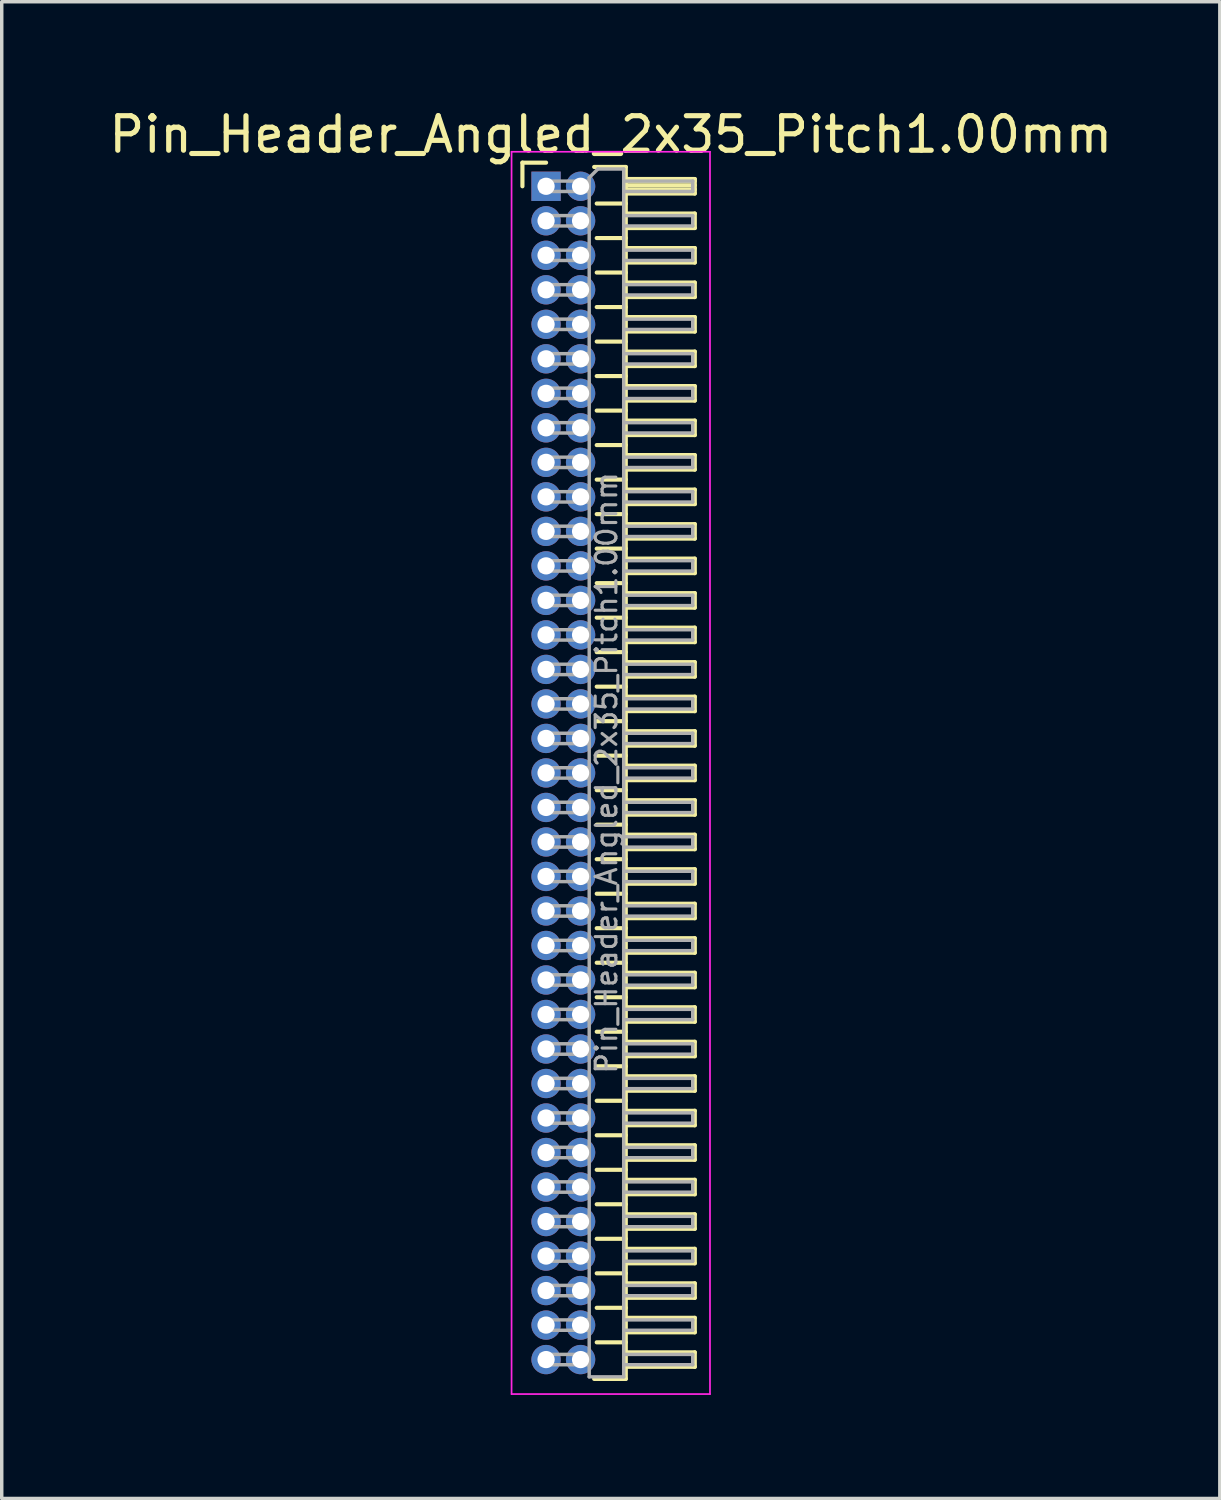
<source format=kicad_pcb>
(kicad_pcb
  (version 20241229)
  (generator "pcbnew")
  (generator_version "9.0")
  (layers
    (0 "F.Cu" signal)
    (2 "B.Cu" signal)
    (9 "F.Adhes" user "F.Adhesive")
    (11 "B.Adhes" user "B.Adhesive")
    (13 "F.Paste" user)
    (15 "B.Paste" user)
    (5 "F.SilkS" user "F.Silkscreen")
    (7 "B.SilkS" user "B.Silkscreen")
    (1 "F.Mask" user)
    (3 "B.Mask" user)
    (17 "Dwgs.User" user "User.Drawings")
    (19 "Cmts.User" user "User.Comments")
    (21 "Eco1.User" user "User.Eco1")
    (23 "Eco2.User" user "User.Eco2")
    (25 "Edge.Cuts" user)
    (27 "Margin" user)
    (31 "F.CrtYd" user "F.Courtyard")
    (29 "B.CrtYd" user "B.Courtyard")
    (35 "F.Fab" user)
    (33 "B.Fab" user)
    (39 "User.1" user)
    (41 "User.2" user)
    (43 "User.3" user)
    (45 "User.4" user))
  (footprint "Pin_Header_Angled_2x35_Pitch1.00mm"
    (layer "F.Cu")
    (at 12.774 2.348)
    (property "Reference" "Pin_Header_Angled_2x35_Pitch1.00mm" (at 1.875 -1.5 0) (layer "F.SilkS") (effects (font (size 1 1) (thickness 0.15))))
    (attr through_hole)
    (fp_line (start -0.685 -0.685) (end 0 -0.685) (stroke (width 0.12) (type solid)) (layer "F.SilkS"))
    (fp_line (start -0.685 0) (end -0.685 -0.685) (stroke (width 0.12) (type solid)) (layer "F.SilkS"))
    (fp_line (start 1.394 -0.56) (end 2.31 -0.56) (stroke (width 0.12) (type solid)) (layer "F.SilkS"))
    (fp_line (start 1.468 0.5) (end 2.31 0.5) (stroke (width 0.12) (type solid)) (layer "F.SilkS"))
    (fp_line (start 1.468 1.5) (end 2.31 1.5) (stroke (width 0.12) (type solid)) (layer "F.SilkS"))
    (fp_line (start 1.468 2.5) (end 2.31 2.5) (stroke (width 0.12) (type solid)) (layer "F.SilkS"))
    (fp_line (start 1.468 3.5) (end 2.31 3.5) (stroke (width 0.12) (type solid)) (layer "F.SilkS"))
    (fp_line (start 1.468 4.5) (end 2.31 4.5) (stroke (width 0.12) (type solid)) (layer "F.SilkS"))
    (fp_line (start 1.468 5.5) (end 2.31 5.5) (stroke (width 0.12) (type solid)) (layer "F.SilkS"))
    (fp_line (start 1.468 6.5) (end 2.31 6.5) (stroke (width 0.12) (type solid)) (layer "F.SilkS"))
    (fp_line (start 1.468 7.5) (end 2.31 7.5) (stroke (width 0.12) (type solid)) (layer "F.SilkS"))
    (fp_line (start 1.468 8.5) (end 2.31 8.5) (stroke (width 0.12) (type solid)) (layer "F.SilkS"))
    (fp_line (start 1.468 9.5) (end 2.31 9.5) (stroke (width 0.12) (type solid)) (layer "F.SilkS"))
    (fp_line (start 1.468 10.5) (end 2.31 10.5) (stroke (width 0.12) (type solid)) (layer "F.SilkS"))
    (fp_line (start 1.468 11.5) (end 2.31 11.5) (stroke (width 0.12) (type solid)) (layer "F.SilkS"))
    (fp_line (start 1.468 12.5) (end 2.31 12.5) (stroke (width 0.12) (type solid)) (layer "F.SilkS"))
    (fp_line (start 1.468 13.5) (end 2.31 13.5) (stroke (width 0.12) (type solid)) (layer "F.SilkS"))
    (fp_line (start 1.468 14.5) (end 2.31 14.5) (stroke (width 0.12) (type solid)) (layer "F.SilkS"))
    (fp_line (start 1.468 15.5) (end 2.31 15.5) (stroke (width 0.12) (type solid)) (layer "F.SilkS"))
    (fp_line (start 1.468 16.5) (end 2.31 16.5) (stroke (width 0.12) (type solid)) (layer "F.SilkS"))
    (fp_line (start 1.468 17.5) (end 2.31 17.5) (stroke (width 0.12) (type solid)) (layer "F.SilkS"))
    (fp_line (start 1.468 18.5) (end 2.31 18.5) (stroke (width 0.12) (type solid)) (layer "F.SilkS"))
    (fp_line (start 1.468 19.5) (end 2.31 19.5) (stroke (width 0.12) (type solid)) (layer "F.SilkS"))
    (fp_line (start 1.468 20.5) (end 2.31 20.5) (stroke (width 0.12) (type solid)) (layer "F.SilkS"))
    (fp_line (start 1.468 21.5) (end 2.31 21.5) (stroke (width 0.12) (type solid)) (layer "F.SilkS"))
    (fp_line (start 1.468 22.5) (end 2.31 22.5) (stroke (width 0.12) (type solid)) (layer "F.SilkS"))
    (fp_line (start 1.468 23.5) (end 2.31 23.5) (stroke (width 0.12) (type solid)) (layer "F.SilkS"))
    (fp_line (start 1.468 24.5) (end 2.31 24.5) (stroke (width 0.12) (type solid)) (layer "F.SilkS"))
    (fp_line (start 1.468 25.5) (end 2.31 25.5) (stroke (width 0.12) (type solid)) (layer "F.SilkS"))
    (fp_line (start 1.468 26.5) (end 2.31 26.5) (stroke (width 0.12) (type solid)) (layer "F.SilkS"))
    (fp_line (start 1.468 27.5) (end 2.31 27.5) (stroke (width 0.12) (type solid)) (layer "F.SilkS"))
    (fp_line (start 1.468 28.5) (end 2.31 28.5) (stroke (width 0.12) (type solid)) (layer "F.SilkS"))
    (fp_line (start 1.468 29.5) (end 2.31 29.5) (stroke (width 0.12) (type solid)) (layer "F.SilkS"))
    (fp_line (start 1.468 30.5) (end 2.31 30.5) (stroke (width 0.12) (type solid)) (layer "F.SilkS"))
    (fp_line (start 1.468 31.5) (end 2.31 31.5) (stroke (width 0.12) (type solid)) (layer "F.SilkS"))
    (fp_line (start 1.468 32.5) (end 2.31 32.5) (stroke (width 0.12) (type solid)) (layer "F.SilkS"))
    (fp_line (start 1.468 33.5) (end 2.31 33.5) (stroke (width 0.12) (type solid)) (layer "F.SilkS"))
    (fp_line (start 2.31 -0.56) (end 2.31 34.56) (stroke (width 0.12) (type solid)) (layer "F.SilkS"))
    (fp_line (start 2.31 -0.21) (end 4.31 -0.21) (stroke (width 0.12) (type solid)) (layer "F.SilkS"))
    (fp_line (start 2.31 -0.15) (end 4.31 -0.15) (stroke (width 0.12) (type solid)) (layer "F.SilkS"))
    (fp_line (start 2.31 -0.03) (end 4.31 -0.03) (stroke (width 0.12) (type solid)) (layer "F.SilkS"))
    (fp_line (start 2.31 0.09) (end 4.31 0.09) (stroke (width 0.12) (type solid)) (layer "F.SilkS"))
    (fp_line (start 2.31 0.79) (end 4.31 0.79) (stroke (width 0.12) (type solid)) (layer "F.SilkS"))
    (fp_line (start 2.31 1.79) (end 4.31 1.79) (stroke (width 0.12) (type solid)) (layer "F.SilkS"))
    (fp_line (start 2.31 2.79) (end 4.31 2.79) (stroke (width 0.12) (type solid)) (layer "F.SilkS"))
    (fp_line (start 2.31 3.79) (end 4.31 3.79) (stroke (width 0.12) (type solid)) (layer "F.SilkS"))
    (fp_line (start 2.31 4.79) (end 4.31 4.79) (stroke (width 0.12) (type solid)) (layer "F.SilkS"))
    (fp_line (start 2.31 5.79) (end 4.31 5.79) (stroke (width 0.12) (type solid)) (layer "F.SilkS"))
    (fp_line (start 2.31 6.79) (end 4.31 6.79) (stroke (width 0.12) (type solid)) (layer "F.SilkS"))
    (fp_line (start 2.31 7.79) (end 4.31 7.79) (stroke (width 0.12) (type solid)) (layer "F.SilkS"))
    (fp_line (start 2.31 8.79) (end 4.31 8.79) (stroke (width 0.12) (type solid)) (layer "F.SilkS"))
    (fp_line (start 2.31 9.79) (end 4.31 9.79) (stroke (width 0.12) (type solid)) (layer "F.SilkS"))
    (fp_line (start 2.31 10.79) (end 4.31 10.79) (stroke (width 0.12) (type solid)) (layer "F.SilkS"))
    (fp_line (start 2.31 11.79) (end 4.31 11.79) (stroke (width 0.12) (type solid)) (layer "F.SilkS"))
    (fp_line (start 2.31 12.79) (end 4.31 12.79) (stroke (width 0.12) (type solid)) (layer "F.SilkS"))
    (fp_line (start 2.31 13.79) (end 4.31 13.79) (stroke (width 0.12) (type solid)) (layer "F.SilkS"))
    (fp_line (start 2.31 14.79) (end 4.31 14.79) (stroke (width 0.12) (type solid)) (layer "F.SilkS"))
    (fp_line (start 2.31 15.79) (end 4.31 15.79) (stroke (width 0.12) (type solid)) (layer "F.SilkS"))
    (fp_line (start 2.31 16.79) (end 4.31 16.79) (stroke (width 0.12) (type solid)) (layer "F.SilkS"))
    (fp_line (start 2.31 17.79) (end 4.31 17.79) (stroke (width 0.12) (type solid)) (layer "F.SilkS"))
    (fp_line (start 2.31 18.79) (end 4.31 18.79) (stroke (width 0.12) (type solid)) (layer "F.SilkS"))
    (fp_line (start 2.31 19.79) (end 4.31 19.79) (stroke (width 0.12) (type solid)) (layer "F.SilkS"))
    (fp_line (start 2.31 20.79) (end 4.31 20.79) (stroke (width 0.12) (type solid)) (layer "F.SilkS"))
    (fp_line (start 2.31 21.79) (end 4.31 21.79) (stroke (width 0.12) (type solid)) (layer "F.SilkS"))
    (fp_line (start 2.31 22.79) (end 4.31 22.79) (stroke (width 0.12) (type solid)) (layer "F.SilkS"))
    (fp_line (start 2.31 23.79) (end 4.31 23.79) (stroke (width 0.12) (type solid)) (layer "F.SilkS"))
    (fp_line (start 2.31 24.79) (end 4.31 24.79) (stroke (width 0.12) (type solid)) (layer "F.SilkS"))
    (fp_line (start 2.31 25.79) (end 4.31 25.79) (stroke (width 0.12) (type solid)) (layer "F.SilkS"))
    (fp_line (start 2.31 26.79) (end 4.31 26.79) (stroke (width 0.12) (type solid)) (layer "F.SilkS"))
    (fp_line (start 2.31 27.79) (end 4.31 27.79) (stroke (width 0.12) (type solid)) (layer "F.SilkS"))
    (fp_line (start 2.31 28.79) (end 4.31 28.79) (stroke (width 0.12) (type solid)) (layer "F.SilkS"))
    (fp_line (start 2.31 29.79) (end 4.31 29.79) (stroke (width 0.12) (type solid)) (layer "F.SilkS"))
    (fp_line (start 2.31 30.79) (end 4.31 30.79) (stroke (width 0.12) (type solid)) (layer "F.SilkS"))
    (fp_line (start 2.31 31.79) (end 4.31 31.79) (stroke (width 0.12) (type solid)) (layer "F.SilkS"))
    (fp_line (start 2.31 32.79) (end 4.31 32.79) (stroke (width 0.12) (type solid)) (layer "F.SilkS"))
    (fp_line (start 2.31 33.79) (end 4.31 33.79) (stroke (width 0.12) (type solid)) (layer "F.SilkS"))
    (fp_line (start 2.31 34.56) (end 1.394 34.56) (stroke (width 0.12) (type solid)) (layer "F.SilkS"))
    (fp_line (start 4.31 -0.21) (end 4.31 0.21) (stroke (width 0.12) (type solid)) (layer "F.SilkS"))
    (fp_line (start 4.31 0.21) (end 2.31 0.21) (stroke (width 0.12) (type solid)) (layer "F.SilkS"))
    (fp_line (start 4.31 0.79) (end 4.31 1.21) (stroke (width 0.12) (type solid)) (layer "F.SilkS"))
    (fp_line (start 4.31 1.21) (end 2.31 1.21) (stroke (width 0.12) (type solid)) (layer "F.SilkS"))
    (fp_line (start 4.31 1.79) (end 4.31 2.21) (stroke (width 0.12) (type solid)) (layer "F.SilkS"))
    (fp_line (start 4.31 2.21) (end 2.31 2.21) (stroke (width 0.12) (type solid)) (layer "F.SilkS"))
    (fp_line (start 4.31 2.79) (end 4.31 3.21) (stroke (width 0.12) (type solid)) (layer "F.SilkS"))
    (fp_line (start 4.31 3.21) (end 2.31 3.21) (stroke (width 0.12) (type solid)) (layer "F.SilkS"))
    (fp_line (start 4.31 3.79) (end 4.31 4.21) (stroke (width 0.12) (type solid)) (layer "F.SilkS"))
    (fp_line (start 4.31 4.21) (end 2.31 4.21) (stroke (width 0.12) (type solid)) (layer "F.SilkS"))
    (fp_line (start 4.31 4.79) (end 4.31 5.21) (stroke (width 0.12) (type solid)) (layer "F.SilkS"))
    (fp_line (start 4.31 5.21) (end 2.31 5.21) (stroke (width 0.12) (type solid)) (layer "F.SilkS"))
    (fp_line (start 4.31 5.79) (end 4.31 6.21) (stroke (width 0.12) (type solid)) (layer "F.SilkS"))
    (fp_line (start 4.31 6.21) (end 2.31 6.21) (stroke (width 0.12) (type solid)) (layer "F.SilkS"))
    (fp_line (start 4.31 6.79) (end 4.31 7.21) (stroke (width 0.12) (type solid)) (layer "F.SilkS"))
    (fp_line (start 4.31 7.21) (end 2.31 7.21) (stroke (width 0.12) (type solid)) (layer "F.SilkS"))
    (fp_line (start 4.31 7.79) (end 4.31 8.21) (stroke (width 0.12) (type solid)) (layer "F.SilkS"))
    (fp_line (start 4.31 8.21) (end 2.31 8.21) (stroke (width 0.12) (type solid)) (layer "F.SilkS"))
    (fp_line (start 4.31 8.79) (end 4.31 9.21) (stroke (width 0.12) (type solid)) (layer "F.SilkS"))
    (fp_line (start 4.31 9.21) (end 2.31 9.21) (stroke (width 0.12) (type solid)) (layer "F.SilkS"))
    (fp_line (start 4.31 9.79) (end 4.31 10.21) (stroke (width 0.12) (type solid)) (layer "F.SilkS"))
    (fp_line (start 4.31 10.21) (end 2.31 10.21) (stroke (width 0.12) (type solid)) (layer "F.SilkS"))
    (fp_line (start 4.31 10.79) (end 4.31 11.21) (stroke (width 0.12) (type solid)) (layer "F.SilkS"))
    (fp_line (start 4.31 11.21) (end 2.31 11.21) (stroke (width 0.12) (type solid)) (layer "F.SilkS"))
    (fp_line (start 4.31 11.79) (end 4.31 12.21) (stroke (width 0.12) (type solid)) (layer "F.SilkS"))
    (fp_line (start 4.31 12.21) (end 2.31 12.21) (stroke (width 0.12) (type solid)) (layer "F.SilkS"))
    (fp_line (start 4.31 12.79) (end 4.31 13.21) (stroke (width 0.12) (type solid)) (layer "F.SilkS"))
    (fp_line (start 4.31 13.21) (end 2.31 13.21) (stroke (width 0.12) (type solid)) (layer "F.SilkS"))
    (fp_line (start 4.31 13.79) (end 4.31 14.21) (stroke (width 0.12) (type solid)) (layer "F.SilkS"))
    (fp_line (start 4.31 14.21) (end 2.31 14.21) (stroke (width 0.12) (type solid)) (layer "F.SilkS"))
    (fp_line (start 4.31 14.79) (end 4.31 15.21) (stroke (width 0.12) (type solid)) (layer "F.SilkS"))
    (fp_line (start 4.31 15.21) (end 2.31 15.21) (stroke (width 0.12) (type solid)) (layer "F.SilkS"))
    (fp_line (start 4.31 15.79) (end 4.31 16.21) (stroke (width 0.12) (type solid)) (layer "F.SilkS"))
    (fp_line (start 4.31 16.21) (end 2.31 16.21) (stroke (width 0.12) (type solid)) (layer "F.SilkS"))
    (fp_line (start 4.31 16.79) (end 4.31 17.21) (stroke (width 0.12) (type solid)) (layer "F.SilkS"))
    (fp_line (start 4.31 17.21) (end 2.31 17.21) (stroke (width 0.12) (type solid)) (layer "F.SilkS"))
    (fp_line (start 4.31 17.79) (end 4.31 18.21) (stroke (width 0.12) (type solid)) (layer "F.SilkS"))
    (fp_line (start 4.31 18.21) (end 2.31 18.21) (stroke (width 0.12) (type solid)) (layer "F.SilkS"))
    (fp_line (start 4.31 18.79) (end 4.31 19.21) (stroke (width 0.12) (type solid)) (layer "F.SilkS"))
    (fp_line (start 4.31 19.21) (end 2.31 19.21) (stroke (width 0.12) (type solid)) (layer "F.SilkS"))
    (fp_line (start 4.31 19.79) (end 4.31 20.21) (stroke (width 0.12) (type solid)) (layer "F.SilkS"))
    (fp_line (start 4.31 20.21) (end 2.31 20.21) (stroke (width 0.12) (type solid)) (layer "F.SilkS"))
    (fp_line (start 4.31 20.79) (end 4.31 21.21) (stroke (width 0.12) (type solid)) (layer "F.SilkS"))
    (fp_line (start 4.31 21.21) (end 2.31 21.21) (stroke (width 0.12) (type solid)) (layer "F.SilkS"))
    (fp_line (start 4.31 21.79) (end 4.31 22.21) (stroke (width 0.12) (type solid)) (layer "F.SilkS"))
    (fp_line (start 4.31 22.21) (end 2.31 22.21) (stroke (width 0.12) (type solid)) (layer "F.SilkS"))
    (fp_line (start 4.31 22.79) (end 4.31 23.21) (stroke (width 0.12) (type solid)) (layer "F.SilkS"))
    (fp_line (start 4.31 23.21) (end 2.31 23.21) (stroke (width 0.12) (type solid)) (layer "F.SilkS"))
    (fp_line (start 4.31 23.79) (end 4.31 24.21) (stroke (width 0.12) (type solid)) (layer "F.SilkS"))
    (fp_line (start 4.31 24.21) (end 2.31 24.21) (stroke (width 0.12) (type solid)) (layer "F.SilkS"))
    (fp_line (start 4.31 24.79) (end 4.31 25.21) (stroke (width 0.12) (type solid)) (layer "F.SilkS"))
    (fp_line (start 4.31 25.21) (end 2.31 25.21) (stroke (width 0.12) (type solid)) (layer "F.SilkS"))
    (fp_line (start 4.31 25.79) (end 4.31 26.21) (stroke (width 0.12) (type solid)) (layer "F.SilkS"))
    (fp_line (start 4.31 26.21) (end 2.31 26.21) (stroke (width 0.12) (type solid)) (layer "F.SilkS"))
    (fp_line (start 4.31 26.79) (end 4.31 27.21) (stroke (width 0.12) (type solid)) (layer "F.SilkS"))
    (fp_line (start 4.31 27.21) (end 2.31 27.21) (stroke (width 0.12) (type solid)) (layer "F.SilkS"))
    (fp_line (start 4.31 27.79) (end 4.31 28.21) (stroke (width 0.12) (type solid)) (layer "F.SilkS"))
    (fp_line (start 4.31 28.21) (end 2.31 28.21) (stroke (width 0.12) (type solid)) (layer "F.SilkS"))
    (fp_line (start 4.31 28.79) (end 4.31 29.21) (stroke (width 0.12) (type solid)) (layer "F.SilkS"))
    (fp_line (start 4.31 29.21) (end 2.31 29.21) (stroke (width 0.12) (type solid)) (layer "F.SilkS"))
    (fp_line (start 4.31 29.79) (end 4.31 30.21) (stroke (width 0.12) (type solid)) (layer "F.SilkS"))
    (fp_line (start 4.31 30.21) (end 2.31 30.21) (stroke (width 0.12) (type solid)) (layer "F.SilkS"))
    (fp_line (start 4.31 30.79) (end 4.31 31.21) (stroke (width 0.12) (type solid)) (layer "F.SilkS"))
    (fp_line (start 4.31 31.21) (end 2.31 31.21) (stroke (width 0.12) (type solid)) (layer "F.SilkS"))
    (fp_line (start 4.31 31.79) (end 4.31 32.21) (stroke (width 0.12) (type solid)) (layer "F.SilkS"))
    (fp_line (start 4.31 32.21) (end 2.31 32.21) (stroke (width 0.12) (type solid)) (layer "F.SilkS"))
    (fp_line (start 4.31 32.79) (end 4.31 33.21) (stroke (width 0.12) (type solid)) (layer "F.SilkS"))
    (fp_line (start 4.31 33.21) (end 2.31 33.21) (stroke (width 0.12) (type solid)) (layer "F.SilkS"))
    (fp_line (start 4.31 33.79) (end 4.31 34.21) (stroke (width 0.12) (type solid)) (layer "F.SilkS"))
    (fp_line (start 4.31 34.21) (end 2.31 34.21) (stroke (width 0.12) (type solid)) (layer "F.SilkS"))
    (fp_line (start -1 -1) (end -1 35) (stroke (width 0.05) (type solid)) (layer "F.CrtYd"))
    (fp_line (start -1 35) (end 4.75 35) (stroke (width 0.05) (type solid)) (layer "F.CrtYd"))
    (fp_line (start 4.75 -1) (end -1 -1) (stroke (width 0.05) (type solid)) (layer "F.CrtYd"))
    (fp_line (start 4.75 35) (end 4.75 -1) (stroke (width 0.05) (type solid)) (layer "F.CrtYd"))
    (fp_line (start -0.15 -0.15) (end -0.15 0.15) (stroke (width 0.1) (type solid)) (layer "F.Fab"))
    (fp_line (start -0.15 -0.15) (end 1.25 -0.15) (stroke (width 0.1) (type solid)) (layer "F.Fab"))
    (fp_line (start -0.15 0.15) (end 1.25 0.15) (stroke (width 0.1) (type solid)) (layer "F.Fab"))
    (fp_line (start -0.15 0.85) (end -0.15 1.15) (stroke (width 0.1) (type solid)) (layer "F.Fab"))
    (fp_line (start -0.15 0.85) (end 1.25 0.85) (stroke (width 0.1) (type solid)) (layer "F.Fab"))
    (fp_line (start -0.15 1.15) (end 1.25 1.15) (stroke (width 0.1) (type solid)) (layer "F.Fab"))
    (fp_line (start -0.15 1.85) (end -0.15 2.15) (stroke (width 0.1) (type solid)) (layer "F.Fab"))
    (fp_line (start -0.15 1.85) (end 1.25 1.85) (stroke (width 0.1) (type solid)) (layer "F.Fab"))
    (fp_line (start -0.15 2.15) (end 1.25 2.15) (stroke (width 0.1) (type solid)) (layer "F.Fab"))
    (fp_line (start -0.15 2.85) (end -0.15 3.15) (stroke (width 0.1) (type solid)) (layer "F.Fab"))
    (fp_line (start -0.15 2.85) (end 1.25 2.85) (stroke (width 0.1) (type solid)) (layer "F.Fab"))
    (fp_line (start -0.15 3.15) (end 1.25 3.15) (stroke (width 0.1) (type solid)) (layer "F.Fab"))
    (fp_line (start -0.15 3.85) (end -0.15 4.15) (stroke (width 0.1) (type solid)) (layer "F.Fab"))
    (fp_line (start -0.15 3.85) (end 1.25 3.85) (stroke (width 0.1) (type solid)) (layer "F.Fab"))
    (fp_line (start -0.15 4.15) (end 1.25 4.15) (stroke (width 0.1) (type solid)) (layer "F.Fab"))
    (fp_line (start -0.15 4.85) (end -0.15 5.15) (stroke (width 0.1) (type solid)) (layer "F.Fab"))
    (fp_line (start -0.15 4.85) (end 1.25 4.85) (stroke (width 0.1) (type solid)) (layer "F.Fab"))
    (fp_line (start -0.15 5.15) (end 1.25 5.15) (stroke (width 0.1) (type solid)) (layer "F.Fab"))
    (fp_line (start -0.15 5.85) (end -0.15 6.15) (stroke (width 0.1) (type solid)) (layer "F.Fab"))
    (fp_line (start -0.15 5.85) (end 1.25 5.85) (stroke (width 0.1) (type solid)) (layer "F.Fab"))
    (fp_line (start -0.15 6.15) (end 1.25 6.15) (stroke (width 0.1) (type solid)) (layer "F.Fab"))
    (fp_line (start -0.15 6.85) (end -0.15 7.15) (stroke (width 0.1) (type solid)) (layer "F.Fab"))
    (fp_line (start -0.15 6.85) (end 1.25 6.85) (stroke (width 0.1) (type solid)) (layer "F.Fab"))
    (fp_line (start -0.15 7.15) (end 1.25 7.15) (stroke (width 0.1) (type solid)) (layer "F.Fab"))
    (fp_line (start -0.15 7.85) (end -0.15 8.15) (stroke (width 0.1) (type solid)) (layer "F.Fab"))
    (fp_line (start -0.15 7.85) (end 1.25 7.85) (stroke (width 0.1) (type solid)) (layer "F.Fab"))
    (fp_line (start -0.15 8.15) (end 1.25 8.15) (stroke (width 0.1) (type solid)) (layer "F.Fab"))
    (fp_line (start -0.15 8.85) (end -0.15 9.15) (stroke (width 0.1) (type solid)) (layer "F.Fab"))
    (fp_line (start -0.15 8.85) (end 1.25 8.85) (stroke (width 0.1) (type solid)) (layer "F.Fab"))
    (fp_line (start -0.15 9.15) (end 1.25 9.15) (stroke (width 0.1) (type solid)) (layer "F.Fab"))
    (fp_line (start -0.15 9.85) (end -0.15 10.15) (stroke (width 0.1) (type solid)) (layer "F.Fab"))
    (fp_line (start -0.15 9.85) (end 1.25 9.85) (stroke (width 0.1) (type solid)) (layer "F.Fab"))
    (fp_line (start -0.15 10.15) (end 1.25 10.15) (stroke (width 0.1) (type solid)) (layer "F.Fab"))
    (fp_line (start -0.15 10.85) (end -0.15 11.15) (stroke (width 0.1) (type solid)) (layer "F.Fab"))
    (fp_line (start -0.15 10.85) (end 1.25 10.85) (stroke (width 0.1) (type solid)) (layer "F.Fab"))
    (fp_line (start -0.15 11.15) (end 1.25 11.15) (stroke (width 0.1) (type solid)) (layer "F.Fab"))
    (fp_line (start -0.15 11.85) (end -0.15 12.15) (stroke (width 0.1) (type solid)) (layer "F.Fab"))
    (fp_line (start -0.15 11.85) (end 1.25 11.85) (stroke (width 0.1) (type solid)) (layer "F.Fab"))
    (fp_line (start -0.15 12.15) (end 1.25 12.15) (stroke (width 0.1) (type solid)) (layer "F.Fab"))
    (fp_line (start -0.15 12.85) (end -0.15 13.15) (stroke (width 0.1) (type solid)) (layer "F.Fab"))
    (fp_line (start -0.15 12.85) (end 1.25 12.85) (stroke (width 0.1) (type solid)) (layer "F.Fab"))
    (fp_line (start -0.15 13.15) (end 1.25 13.15) (stroke (width 0.1) (type solid)) (layer "F.Fab"))
    (fp_line (start -0.15 13.85) (end -0.15 14.15) (stroke (width 0.1) (type solid)) (layer "F.Fab"))
    (fp_line (start -0.15 13.85) (end 1.25 13.85) (stroke (width 0.1) (type solid)) (layer "F.Fab"))
    (fp_line (start -0.15 14.15) (end 1.25 14.15) (stroke (width 0.1) (type solid)) (layer "F.Fab"))
    (fp_line (start -0.15 14.85) (end -0.15 15.15) (stroke (width 0.1) (type solid)) (layer "F.Fab"))
    (fp_line (start -0.15 14.85) (end 1.25 14.85) (stroke (width 0.1) (type solid)) (layer "F.Fab"))
    (fp_line (start -0.15 15.15) (end 1.25 15.15) (stroke (width 0.1) (type solid)) (layer "F.Fab"))
    (fp_line (start -0.15 15.85) (end -0.15 16.15) (stroke (width 0.1) (type solid)) (layer "F.Fab"))
    (fp_line (start -0.15 15.85) (end 1.25 15.85) (stroke (width 0.1) (type solid)) (layer "F.Fab"))
    (fp_line (start -0.15 16.15) (end 1.25 16.15) (stroke (width 0.1) (type solid)) (layer "F.Fab"))
    (fp_line (start -0.15 16.85) (end -0.15 17.15) (stroke (width 0.1) (type solid)) (layer "F.Fab"))
    (fp_line (start -0.15 16.85) (end 1.25 16.85) (stroke (width 0.1) (type solid)) (layer "F.Fab"))
    (fp_line (start -0.15 17.15) (end 1.25 17.15) (stroke (width 0.1) (type solid)) (layer "F.Fab"))
    (fp_line (start -0.15 17.85) (end -0.15 18.15) (stroke (width 0.1) (type solid)) (layer "F.Fab"))
    (fp_line (start -0.15 17.85) (end 1.25 17.85) (stroke (width 0.1) (type solid)) (layer "F.Fab"))
    (fp_line (start -0.15 18.15) (end 1.25 18.15) (stroke (width 0.1) (type solid)) (layer "F.Fab"))
    (fp_line (start -0.15 18.85) (end -0.15 19.15) (stroke (width 0.1) (type solid)) (layer "F.Fab"))
    (fp_line (start -0.15 18.85) (end 1.25 18.85) (stroke (width 0.1) (type solid)) (layer "F.Fab"))
    (fp_line (start -0.15 19.15) (end 1.25 19.15) (stroke (width 0.1) (type solid)) (layer "F.Fab"))
    (fp_line (start -0.15 19.85) (end -0.15 20.15) (stroke (width 0.1) (type solid)) (layer "F.Fab"))
    (fp_line (start -0.15 19.85) (end 1.25 19.85) (stroke (width 0.1) (type solid)) (layer "F.Fab"))
    (fp_line (start -0.15 20.15) (end 1.25 20.15) (stroke (width 0.1) (type solid)) (layer "F.Fab"))
    (fp_line (start -0.15 20.85) (end -0.15 21.15) (stroke (width 0.1) (type solid)) (layer "F.Fab"))
    (fp_line (start -0.15 20.85) (end 1.25 20.85) (stroke (width 0.1) (type solid)) (layer "F.Fab"))
    (fp_line (start -0.15 21.15) (end 1.25 21.15) (stroke (width 0.1) (type solid)) (layer "F.Fab"))
    (fp_line (start -0.15 21.85) (end -0.15 22.15) (stroke (width 0.1) (type solid)) (layer "F.Fab"))
    (fp_line (start -0.15 21.85) (end 1.25 21.85) (stroke (width 0.1) (type solid)) (layer "F.Fab"))
    (fp_line (start -0.15 22.15) (end 1.25 22.15) (stroke (width 0.1) (type solid)) (layer "F.Fab"))
    (fp_line (start -0.15 22.85) (end -0.15 23.15) (stroke (width 0.1) (type solid)) (layer "F.Fab"))
    (fp_line (start -0.15 22.85) (end 1.25 22.85) (stroke (width 0.1) (type solid)) (layer "F.Fab"))
    (fp_line (start -0.15 23.15) (end 1.25 23.15) (stroke (width 0.1) (type solid)) (layer "F.Fab"))
    (fp_line (start -0.15 23.85) (end -0.15 24.15) (stroke (width 0.1) (type solid)) (layer "F.Fab"))
    (fp_line (start -0.15 23.85) (end 1.25 23.85) (stroke (width 0.1) (type solid)) (layer "F.Fab"))
    (fp_line (start -0.15 24.15) (end 1.25 24.15) (stroke (width 0.1) (type solid)) (layer "F.Fab"))
    (fp_line (start -0.15 24.85) (end -0.15 25.15) (stroke (width 0.1) (type solid)) (layer "F.Fab"))
    (fp_line (start -0.15 24.85) (end 1.25 24.85) (stroke (width 0.1) (type solid)) (layer "F.Fab"))
    (fp_line (start -0.15 25.15) (end 1.25 25.15) (stroke (width 0.1) (type solid)) (layer "F.Fab"))
    (fp_line (start -0.15 25.85) (end -0.15 26.15) (stroke (width 0.1) (type solid)) (layer "F.Fab"))
    (fp_line (start -0.15 25.85) (end 1.25 25.85) (stroke (width 0.1) (type solid)) (layer "F.Fab"))
    (fp_line (start -0.15 26.15) (end 1.25 26.15) (stroke (width 0.1) (type solid)) (layer "F.Fab"))
    (fp_line (start -0.15 26.85) (end -0.15 27.15) (stroke (width 0.1) (type solid)) (layer "F.Fab"))
    (fp_line (start -0.15 26.85) (end 1.25 26.85) (stroke (width 0.1) (type solid)) (layer "F.Fab"))
    (fp_line (start -0.15 27.15) (end 1.25 27.15) (stroke (width 0.1) (type solid)) (layer "F.Fab"))
    (fp_line (start -0.15 27.85) (end -0.15 28.15) (stroke (width 0.1) (type solid)) (layer "F.Fab"))
    (fp_line (start -0.15 27.85) (end 1.25 27.85) (stroke (width 0.1) (type solid)) (layer "F.Fab"))
    (fp_line (start -0.15 28.15) (end 1.25 28.15) (stroke (width 0.1) (type solid)) (layer "F.Fab"))
    (fp_line (start -0.15 28.85) (end -0.15 29.15) (stroke (width 0.1) (type solid)) (layer "F.Fab"))
    (fp_line (start -0.15 28.85) (end 1.25 28.85) (stroke (width 0.1) (type solid)) (layer "F.Fab"))
    (fp_line (start -0.15 29.15) (end 1.25 29.15) (stroke (width 0.1) (type solid)) (layer "F.Fab"))
    (fp_line (start -0.15 29.85) (end -0.15 30.15) (stroke (width 0.1) (type solid)) (layer "F.Fab"))
    (fp_line (start -0.15 29.85) (end 1.25 29.85) (stroke (width 0.1) (type solid)) (layer "F.Fab"))
    (fp_line (start -0.15 30.15) (end 1.25 30.15) (stroke (width 0.1) (type solid)) (layer "F.Fab"))
    (fp_line (start -0.15 30.85) (end -0.15 31.15) (stroke (width 0.1) (type solid)) (layer "F.Fab"))
    (fp_line (start -0.15 30.85) (end 1.25 30.85) (stroke (width 0.1) (type solid)) (layer "F.Fab"))
    (fp_line (start -0.15 31.15) (end 1.25 31.15) (stroke (width 0.1) (type solid)) (layer "F.Fab"))
    (fp_line (start -0.15 31.85) (end -0.15 32.15) (stroke (width 0.1) (type solid)) (layer "F.Fab"))
    (fp_line (start -0.15 31.85) (end 1.25 31.85) (stroke (width 0.1) (type solid)) (layer "F.Fab"))
    (fp_line (start -0.15 32.15) (end 1.25 32.15) (stroke (width 0.1) (type solid)) (layer "F.Fab"))
    (fp_line (start -0.15 32.85) (end -0.15 33.15) (stroke (width 0.1) (type solid)) (layer "F.Fab"))
    (fp_line (start -0.15 32.85) (end 1.25 32.85) (stroke (width 0.1) (type solid)) (layer "F.Fab"))
    (fp_line (start -0.15 33.15) (end 1.25 33.15) (stroke (width 0.1) (type solid)) (layer "F.Fab"))
    (fp_line (start -0.15 33.85) (end -0.15 34.15) (stroke (width 0.1) (type solid)) (layer "F.Fab"))
    (fp_line (start -0.15 33.85) (end 1.25 33.85) (stroke (width 0.1) (type solid)) (layer "F.Fab"))
    (fp_line (start -0.15 34.15) (end 1.25 34.15) (stroke (width 0.1) (type solid)) (layer "F.Fab"))
    (fp_line (start 1.25 -0.25) (end 1.5 -0.5) (stroke (width 0.1) (type solid)) (layer "F.Fab"))
    (fp_line (start 1.25 34.5) (end 1.25 -0.25) (stroke (width 0.1) (type solid)) (layer "F.Fab"))
    (fp_line (start 1.5 -0.5) (end 2.25 -0.5) (stroke (width 0.1) (type solid)) (layer "F.Fab"))
    (fp_line (start 2.25 -0.5) (end 2.25 34.5) (stroke (width 0.1) (type solid)) (layer "F.Fab"))
    (fp_line (start 2.25 -0.15) (end 4.25 -0.15) (stroke (width 0.1) (type solid)) (layer "F.Fab"))
    (fp_line (start 2.25 0.15) (end 4.25 0.15) (stroke (width 0.1) (type solid)) (layer "F.Fab"))
    (fp_line (start 2.25 0.85) (end 4.25 0.85) (stroke (width 0.1) (type solid)) (layer "F.Fab"))
    (fp_line (start 2.25 1.15) (end 4.25 1.15) (stroke (width 0.1) (type solid)) (layer "F.Fab"))
    (fp_line (start 2.25 1.85) (end 4.25 1.85) (stroke (width 0.1) (type solid)) (layer "F.Fab"))
    (fp_line (start 2.25 2.15) (end 4.25 2.15) (stroke (width 0.1) (type solid)) (layer "F.Fab"))
    (fp_line (start 2.25 2.85) (end 4.25 2.85) (stroke (width 0.1) (type solid)) (layer "F.Fab"))
    (fp_line (start 2.25 3.15) (end 4.25 3.15) (stroke (width 0.1) (type solid)) (layer "F.Fab"))
    (fp_line (start 2.25 3.85) (end 4.25 3.85) (stroke (width 0.1) (type solid)) (layer "F.Fab"))
    (fp_line (start 2.25 4.15) (end 4.25 4.15) (stroke (width 0.1) (type solid)) (layer "F.Fab"))
    (fp_line (start 2.25 4.85) (end 4.25 4.85) (stroke (width 0.1) (type solid)) (layer "F.Fab"))
    (fp_line (start 2.25 5.15) (end 4.25 5.15) (stroke (width 0.1) (type solid)) (layer "F.Fab"))
    (fp_line (start 2.25 5.85) (end 4.25 5.85) (stroke (width 0.1) (type solid)) (layer "F.Fab"))
    (fp_line (start 2.25 6.15) (end 4.25 6.15) (stroke (width 0.1) (type solid)) (layer "F.Fab"))
    (fp_line (start 2.25 6.85) (end 4.25 6.85) (stroke (width 0.1) (type solid)) (layer "F.Fab"))
    (fp_line (start 2.25 7.15) (end 4.25 7.15) (stroke (width 0.1) (type solid)) (layer "F.Fab"))
    (fp_line (start 2.25 7.85) (end 4.25 7.85) (stroke (width 0.1) (type solid)) (layer "F.Fab"))
    (fp_line (start 2.25 8.15) (end 4.25 8.15) (stroke (width 0.1) (type solid)) (layer "F.Fab"))
    (fp_line (start 2.25 8.85) (end 4.25 8.85) (stroke (width 0.1) (type solid)) (layer "F.Fab"))
    (fp_line (start 2.25 9.15) (end 4.25 9.15) (stroke (width 0.1) (type solid)) (layer "F.Fab"))
    (fp_line (start 2.25 9.85) (end 4.25 9.85) (stroke (width 0.1) (type solid)) (layer "F.Fab"))
    (fp_line (start 2.25 10.15) (end 4.25 10.15) (stroke (width 0.1) (type solid)) (layer "F.Fab"))
    (fp_line (start 2.25 10.85) (end 4.25 10.85) (stroke (width 0.1) (type solid)) (layer "F.Fab"))
    (fp_line (start 2.25 11.15) (end 4.25 11.15) (stroke (width 0.1) (type solid)) (layer "F.Fab"))
    (fp_line (start 2.25 11.85) (end 4.25 11.85) (stroke (width 0.1) (type solid)) (layer "F.Fab"))
    (fp_line (start 2.25 12.15) (end 4.25 12.15) (stroke (width 0.1) (type solid)) (layer "F.Fab"))
    (fp_line (start 2.25 12.85) (end 4.25 12.85) (stroke (width 0.1) (type solid)) (layer "F.Fab"))
    (fp_line (start 2.25 13.15) (end 4.25 13.15) (stroke (width 0.1) (type solid)) (layer "F.Fab"))
    (fp_line (start 2.25 13.85) (end 4.25 13.85) (stroke (width 0.1) (type solid)) (layer "F.Fab"))
    (fp_line (start 2.25 14.15) (end 4.25 14.15) (stroke (width 0.1) (type solid)) (layer "F.Fab"))
    (fp_line (start 2.25 14.85) (end 4.25 14.85) (stroke (width 0.1) (type solid)) (layer "F.Fab"))
    (fp_line (start 2.25 15.15) (end 4.25 15.15) (stroke (width 0.1) (type solid)) (layer "F.Fab"))
    (fp_line (start 2.25 15.85) (end 4.25 15.85) (stroke (width 0.1) (type solid)) (layer "F.Fab"))
    (fp_line (start 2.25 16.15) (end 4.25 16.15) (stroke (width 0.1) (type solid)) (layer "F.Fab"))
    (fp_line (start 2.25 16.85) (end 4.25 16.85) (stroke (width 0.1) (type solid)) (layer "F.Fab"))
    (fp_line (start 2.25 17.15) (end 4.25 17.15) (stroke (width 0.1) (type solid)) (layer "F.Fab"))
    (fp_line (start 2.25 17.85) (end 4.25 17.85) (stroke (width 0.1) (type solid)) (layer "F.Fab"))
    (fp_line (start 2.25 18.15) (end 4.25 18.15) (stroke (width 0.1) (type solid)) (layer "F.Fab"))
    (fp_line (start 2.25 18.85) (end 4.25 18.85) (stroke (width 0.1) (type solid)) (layer "F.Fab"))
    (fp_line (start 2.25 19.15) (end 4.25 19.15) (stroke (width 0.1) (type solid)) (layer "F.Fab"))
    (fp_line (start 2.25 19.85) (end 4.25 19.85) (stroke (width 0.1) (type solid)) (layer "F.Fab"))
    (fp_line (start 2.25 20.15) (end 4.25 20.15) (stroke (width 0.1) (type solid)) (layer "F.Fab"))
    (fp_line (start 2.25 20.85) (end 4.25 20.85) (stroke (width 0.1) (type solid)) (layer "F.Fab"))
    (fp_line (start 2.25 21.15) (end 4.25 21.15) (stroke (width 0.1) (type solid)) (layer "F.Fab"))
    (fp_line (start 2.25 21.85) (end 4.25 21.85) (stroke (width 0.1) (type solid)) (layer "F.Fab"))
    (fp_line (start 2.25 22.15) (end 4.25 22.15) (stroke (width 0.1) (type solid)) (layer "F.Fab"))
    (fp_line (start 2.25 22.85) (end 4.25 22.85) (stroke (width 0.1) (type solid)) (layer "F.Fab"))
    (fp_line (start 2.25 23.15) (end 4.25 23.15) (stroke (width 0.1) (type solid)) (layer "F.Fab"))
    (fp_line (start 2.25 23.85) (end 4.25 23.85) (stroke (width 0.1) (type solid)) (layer "F.Fab"))
    (fp_line (start 2.25 24.15) (end 4.25 24.15) (stroke (width 0.1) (type solid)) (layer "F.Fab"))
    (fp_line (start 2.25 24.85) (end 4.25 24.85) (stroke (width 0.1) (type solid)) (layer "F.Fab"))
    (fp_line (start 2.25 25.15) (end 4.25 25.15) (stroke (width 0.1) (type solid)) (layer "F.Fab"))
    (fp_line (start 2.25 25.85) (end 4.25 25.85) (stroke (width 0.1) (type solid)) (layer "F.Fab"))
    (fp_line (start 2.25 26.15) (end 4.25 26.15) (stroke (width 0.1) (type solid)) (layer "F.Fab"))
    (fp_line (start 2.25 26.85) (end 4.25 26.85) (stroke (width 0.1) (type solid)) (layer "F.Fab"))
    (fp_line (start 2.25 27.15) (end 4.25 27.15) (stroke (width 0.1) (type solid)) (layer "F.Fab"))
    (fp_line (start 2.25 27.85) (end 4.25 27.85) (stroke (width 0.1) (type solid)) (layer "F.Fab"))
    (fp_line (start 2.25 28.15) (end 4.25 28.15) (stroke (width 0.1) (type solid)) (layer "F.Fab"))
    (fp_line (start 2.25 28.85) (end 4.25 28.85) (stroke (width 0.1) (type solid)) (layer "F.Fab"))
    (fp_line (start 2.25 29.15) (end 4.25 29.15) (stroke (width 0.1) (type solid)) (layer "F.Fab"))
    (fp_line (start 2.25 29.85) (end 4.25 29.85) (stroke (width 0.1) (type solid)) (layer "F.Fab"))
    (fp_line (start 2.25 30.15) (end 4.25 30.15) (stroke (width 0.1) (type solid)) (layer "F.Fab"))
    (fp_line (start 2.25 30.85) (end 4.25 30.85) (stroke (width 0.1) (type solid)) (layer "F.Fab"))
    (fp_line (start 2.25 31.15) (end 4.25 31.15) (stroke (width 0.1) (type solid)) (layer "F.Fab"))
    (fp_line (start 2.25 31.85) (end 4.25 31.85) (stroke (width 0.1) (type solid)) (layer "F.Fab"))
    (fp_line (start 2.25 32.15) (end 4.25 32.15) (stroke (width 0.1) (type solid)) (layer "F.Fab"))
    (fp_line (start 2.25 32.85) (end 4.25 32.85) (stroke (width 0.1) (type solid)) (layer "F.Fab"))
    (fp_line (start 2.25 33.15) (end 4.25 33.15) (stroke (width 0.1) (type solid)) (layer "F.Fab"))
    (fp_line (start 2.25 33.85) (end 4.25 33.85) (stroke (width 0.1) (type solid)) (layer "F.Fab"))
    (fp_line (start 2.25 34.15) (end 4.25 34.15) (stroke (width 0.1) (type solid)) (layer "F.Fab"))
    (fp_line (start 2.25 34.5) (end 1.25 34.5) (stroke (width 0.1) (type solid)) (layer "F.Fab"))
    (fp_line (start 4.25 -0.15) (end 4.25 0.15) (stroke (width 0.1) (type solid)) (layer "F.Fab"))
    (fp_line (start 4.25 0.85) (end 4.25 1.15) (stroke (width 0.1) (type solid)) (layer "F.Fab"))
    (fp_line (start 4.25 1.85) (end 4.25 2.15) (stroke (width 0.1) (type solid)) (layer "F.Fab"))
    (fp_line (start 4.25 2.85) (end 4.25 3.15) (stroke (width 0.1) (type solid)) (layer "F.Fab"))
    (fp_line (start 4.25 3.85) (end 4.25 4.15) (stroke (width 0.1) (type solid)) (layer "F.Fab"))
    (fp_line (start 4.25 4.85) (end 4.25 5.15) (stroke (width 0.1) (type solid)) (layer "F.Fab"))
    (fp_line (start 4.25 5.85) (end 4.25 6.15) (stroke (width 0.1) (type solid)) (layer "F.Fab"))
    (fp_line (start 4.25 6.85) (end 4.25 7.15) (stroke (width 0.1) (type solid)) (layer "F.Fab"))
    (fp_line (start 4.25 7.85) (end 4.25 8.15) (stroke (width 0.1) (type solid)) (layer "F.Fab"))
    (fp_line (start 4.25 8.85) (end 4.25 9.15) (stroke (width 0.1) (type solid)) (layer "F.Fab"))
    (fp_line (start 4.25 9.85) (end 4.25 10.15) (stroke (width 0.1) (type solid)) (layer "F.Fab"))
    (fp_line (start 4.25 10.85) (end 4.25 11.15) (stroke (width 0.1) (type solid)) (layer "F.Fab"))
    (fp_line (start 4.25 11.85) (end 4.25 12.15) (stroke (width 0.1) (type solid)) (layer "F.Fab"))
    (fp_line (start 4.25 12.85) (end 4.25 13.15) (stroke (width 0.1) (type solid)) (layer "F.Fab"))
    (fp_line (start 4.25 13.85) (end 4.25 14.15) (stroke (width 0.1) (type solid)) (layer "F.Fab"))
    (fp_line (start 4.25 14.85) (end 4.25 15.15) (stroke (width 0.1) (type solid)) (layer "F.Fab"))
    (fp_line (start 4.25 15.85) (end 4.25 16.15) (stroke (width 0.1) (type solid)) (layer "F.Fab"))
    (fp_line (start 4.25 16.85) (end 4.25 17.15) (stroke (width 0.1) (type solid)) (layer "F.Fab"))
    (fp_line (start 4.25 17.85) (end 4.25 18.15) (stroke (width 0.1) (type solid)) (layer "F.Fab"))
    (fp_line (start 4.25 18.85) (end 4.25 19.15) (stroke (width 0.1) (type solid)) (layer "F.Fab"))
    (fp_line (start 4.25 19.85) (end 4.25 20.15) (stroke (width 0.1) (type solid)) (layer "F.Fab"))
    (fp_line (start 4.25 20.85) (end 4.25 21.15) (stroke (width 0.1) (type solid)) (layer "F.Fab"))
    (fp_line (start 4.25 21.85) (end 4.25 22.15) (stroke (width 0.1) (type solid)) (layer "F.Fab"))
    (fp_line (start 4.25 22.85) (end 4.25 23.15) (stroke (width 0.1) (type solid)) (layer "F.Fab"))
    (fp_line (start 4.25 23.85) (end 4.25 24.15) (stroke (width 0.1) (type solid)) (layer "F.Fab"))
    (fp_line (start 4.25 24.85) (end 4.25 25.15) (stroke (width 0.1) (type solid)) (layer "F.Fab"))
    (fp_line (start 4.25 25.85) (end 4.25 26.15) (stroke (width 0.1) (type solid)) (layer "F.Fab"))
    (fp_line (start 4.25 26.85) (end 4.25 27.15) (stroke (width 0.1) (type solid)) (layer "F.Fab"))
    (fp_line (start 4.25 27.85) (end 4.25 28.15) (stroke (width 0.1) (type solid)) (layer "F.Fab"))
    (fp_line (start 4.25 28.85) (end 4.25 29.15) (stroke (width 0.1) (type solid)) (layer "F.Fab"))
    (fp_line (start 4.25 29.85) (end 4.25 30.15) (stroke (width 0.1) (type solid)) (layer "F.Fab"))
    (fp_line (start 4.25 30.85) (end 4.25 31.15) (stroke (width 0.1) (type solid)) (layer "F.Fab"))
    (fp_line (start 4.25 31.85) (end 4.25 32.15) (stroke (width 0.1) (type solid)) (layer "F.Fab"))
    (fp_line (start 4.25 32.85) (end 4.25 33.15) (stroke (width 0.1) (type solid)) (layer "F.Fab"))
    (fp_line (start 4.25 33.85) (end 4.25 34.15) (stroke (width 0.1) (type solid)) (layer "F.Fab"))
    (fp_text user "${REFERENCE}" (at 1.75 17 90) (layer "F.Fab") (effects (font (size 0.6 0.6) (thickness 0.09))))
    (pad "1" thru_hole rect (at 0 0) (size 0.85 0.85) (drill 0.5) (layers "*.Cu" "*.Mask"))
    (pad "2" thru_hole oval (at 1 0) (size 0.85 0.85) (drill 0.5) (layers "*.Cu" "*.Mask"))
    (pad "3" thru_hole oval (at 0 1) (size 0.85 0.85) (drill 0.5) (layers "*.Cu" "*.Mask"))
    (pad "4" thru_hole oval (at 1 1) (size 0.85 0.85) (drill 0.5) (layers "*.Cu" "*.Mask"))
    (pad "5" thru_hole oval (at 0 2) (size 0.85 0.85) (drill 0.5) (layers "*.Cu" "*.Mask"))
    (pad "6" thru_hole oval (at 1 2) (size 0.85 0.85) (drill 0.5) (layers "*.Cu" "*.Mask"))
    (pad "7" thru_hole oval (at 0 3) (size 0.85 0.85) (drill 0.5) (layers "*.Cu" "*.Mask"))
    (pad "8" thru_hole oval (at 1 3) (size 0.85 0.85) (drill 0.5) (layers "*.Cu" "*.Mask"))
    (pad "9" thru_hole oval (at 0 4) (size 0.85 0.85) (drill 0.5) (layers "*.Cu" "*.Mask"))
    (pad "10" thru_hole oval (at 1 4) (size 0.85 0.85) (drill 0.5) (layers "*.Cu" "*.Mask"))
    (pad "11" thru_hole oval (at 0 5) (size 0.85 0.85) (drill 0.5) (layers "*.Cu" "*.Mask"))
    (pad "12" thru_hole oval (at 1 5) (size 0.85 0.85) (drill 0.5) (layers "*.Cu" "*.Mask"))
    (pad "13" thru_hole oval (at 0 6) (size 0.85 0.85) (drill 0.5) (layers "*.Cu" "*.Mask"))
    (pad "14" thru_hole oval (at 1 6) (size 0.85 0.85) (drill 0.5) (layers "*.Cu" "*.Mask"))
    (pad "15" thru_hole oval (at 0 7) (size 0.85 0.85) (drill 0.5) (layers "*.Cu" "*.Mask"))
    (pad "16" thru_hole oval (at 1 7) (size 0.85 0.85) (drill 0.5) (layers "*.Cu" "*.Mask"))
    (pad "17" thru_hole oval (at 0 8) (size 0.85 0.85) (drill 0.5) (layers "*.Cu" "*.Mask"))
    (pad "18" thru_hole oval (at 1 8) (size 0.85 0.85) (drill 0.5) (layers "*.Cu" "*.Mask"))
    (pad "19" thru_hole oval (at 0 9) (size 0.85 0.85) (drill 0.5) (layers "*.Cu" "*.Mask"))
    (pad "20" thru_hole oval (at 1 9) (size 0.85 0.85) (drill 0.5) (layers "*.Cu" "*.Mask"))
    (pad "21" thru_hole oval (at 0 10) (size 0.85 0.85) (drill 0.5) (layers "*.Cu" "*.Mask"))
    (pad "22" thru_hole oval (at 1 10) (size 0.85 0.85) (drill 0.5) (layers "*.Cu" "*.Mask"))
    (pad "23" thru_hole oval (at 0 11) (size 0.85 0.85) (drill 0.5) (layers "*.Cu" "*.Mask"))
    (pad "24" thru_hole oval (at 1 11) (size 0.85 0.85) (drill 0.5) (layers "*.Cu" "*.Mask"))
    (pad "25" thru_hole oval (at 0 12) (size 0.85 0.85) (drill 0.5) (layers "*.Cu" "*.Mask"))
    (pad "26" thru_hole oval (at 1 12) (size 0.85 0.85) (drill 0.5) (layers "*.Cu" "*.Mask"))
    (pad "27" thru_hole oval (at 0 13) (size 0.85 0.85) (drill 0.5) (layers "*.Cu" "*.Mask"))
    (pad "28" thru_hole oval (at 1 13) (size 0.85 0.85) (drill 0.5) (layers "*.Cu" "*.Mask"))
    (pad "29" thru_hole oval (at 0 14) (size 0.85 0.85) (drill 0.5) (layers "*.Cu" "*.Mask"))
    (pad "30" thru_hole oval (at 1 14) (size 0.85 0.85) (drill 0.5) (layers "*.Cu" "*.Mask"))
    (pad "31" thru_hole oval (at 0 15) (size 0.85 0.85) (drill 0.5) (layers "*.Cu" "*.Mask"))
    (pad "32" thru_hole oval (at 1 15) (size 0.85 0.85) (drill 0.5) (layers "*.Cu" "*.Mask"))
    (pad "33" thru_hole oval (at 0 16) (size 0.85 0.85) (drill 0.5) (layers "*.Cu" "*.Mask"))
    (pad "34" thru_hole oval (at 1 16) (size 0.85 0.85) (drill 0.5) (layers "*.Cu" "*.Mask"))
    (pad "35" thru_hole oval (at 0 17) (size 0.85 0.85) (drill 0.5) (layers "*.Cu" "*.Mask"))
    (pad "36" thru_hole oval (at 1 17) (size 0.85 0.85) (drill 0.5) (layers "*.Cu" "*.Mask"))
    (pad "37" thru_hole oval (at 0 18) (size 0.85 0.85) (drill 0.5) (layers "*.Cu" "*.Mask"))
    (pad "38" thru_hole oval (at 1 18) (size 0.85 0.85) (drill 0.5) (layers "*.Cu" "*.Mask"))
    (pad "39" thru_hole oval (at 0 19) (size 0.85 0.85) (drill 0.5) (layers "*.Cu" "*.Mask"))
    (pad "40" thru_hole oval (at 1 19) (size 0.85 0.85) (drill 0.5) (layers "*.Cu" "*.Mask"))
    (pad "41" thru_hole oval (at 0 20) (size 0.85 0.85) (drill 0.5) (layers "*.Cu" "*.Mask"))
    (pad "42" thru_hole oval (at 1 20) (size 0.85 0.85) (drill 0.5) (layers "*.Cu" "*.Mask"))
    (pad "43" thru_hole oval (at 0 21) (size 0.85 0.85) (drill 0.5) (layers "*.Cu" "*.Mask"))
    (pad "44" thru_hole oval (at 1 21) (size 0.85 0.85) (drill 0.5) (layers "*.Cu" "*.Mask"))
    (pad "45" thru_hole oval (at 0 22) (size 0.85 0.85) (drill 0.5) (layers "*.Cu" "*.Mask"))
    (pad "46" thru_hole oval (at 1 22) (size 0.85 0.85) (drill 0.5) (layers "*.Cu" "*.Mask"))
    (pad "47" thru_hole oval (at 0 23) (size 0.85 0.85) (drill 0.5) (layers "*.Cu" "*.Mask"))
    (pad "48" thru_hole oval (at 1 23) (size 0.85 0.85) (drill 0.5) (layers "*.Cu" "*.Mask"))
    (pad "49" thru_hole oval (at 0 24) (size 0.85 0.85) (drill 0.5) (layers "*.Cu" "*.Mask"))
    (pad "50" thru_hole oval (at 1 24) (size 0.85 0.85) (drill 0.5) (layers "*.Cu" "*.Mask"))
    (pad "51" thru_hole oval (at 0 25) (size 0.85 0.85) (drill 0.5) (layers "*.Cu" "*.Mask"))
    (pad "52" thru_hole oval (at 1 25) (size 0.85 0.85) (drill 0.5) (layers "*.Cu" "*.Mask"))
    (pad "53" thru_hole oval (at 0 26) (size 0.85 0.85) (drill 0.5) (layers "*.Cu" "*.Mask"))
    (pad "54" thru_hole oval (at 1 26) (size 0.85 0.85) (drill 0.5) (layers "*.Cu" "*.Mask"))
    (pad "55" thru_hole oval (at 0 27) (size 0.85 0.85) (drill 0.5) (layers "*.Cu" "*.Mask"))
    (pad "56" thru_hole oval (at 1 27) (size 0.85 0.85) (drill 0.5) (layers "*.Cu" "*.Mask"))
    (pad "57" thru_hole oval (at 0 28) (size 0.85 0.85) (drill 0.5) (layers "*.Cu" "*.Mask"))
    (pad "58" thru_hole oval (at 1 28) (size 0.85 0.85) (drill 0.5) (layers "*.Cu" "*.Mask"))
    (pad "59" thru_hole oval (at 0 29) (size 0.85 0.85) (drill 0.5) (layers "*.Cu" "*.Mask"))
    (pad "60" thru_hole oval (at 1 29) (size 0.85 0.85) (drill 0.5) (layers "*.Cu" "*.Mask"))
    (pad "61" thru_hole oval (at 0 30) (size 0.85 0.85) (drill 0.5) (layers "*.Cu" "*.Mask"))
    (pad "62" thru_hole oval (at 1 30) (size 0.85 0.85) (drill 0.5) (layers "*.Cu" "*.Mask"))
    (pad "63" thru_hole oval (at 0 31) (size 0.85 0.85) (drill 0.5) (layers "*.Cu" "*.Mask"))
    (pad "64" thru_hole oval (at 1 31) (size 0.85 0.85) (drill 0.5) (layers "*.Cu" "*.Mask"))
    (pad "65" thru_hole oval (at 0 32) (size 0.85 0.85) (drill 0.5) (layers "*.Cu" "*.Mask"))
    (pad "66" thru_hole oval (at 1 32) (size 0.85 0.85) (drill 0.5) (layers "*.Cu" "*.Mask"))
    (pad "67" thru_hole oval (at 0 33) (size 0.85 0.85) (drill 0.5) (layers "*.Cu" "*.Mask"))
    (pad "68" thru_hole oval (at 1 33) (size 0.85 0.85) (drill 0.5) (layers "*.Cu" "*.Mask"))
    (pad "69" thru_hole oval (at 0 34) (size 0.85 0.85) (drill 0.5) (layers "*.Cu" "*.Mask"))
    (pad "70" thru_hole oval (at 1 34) (size 0.85 0.85) (drill 0.5) (layers "*.Cu" "*.Mask")))
  (gr_rect
    (start -3 -3)
    (end 32.298 40.373)
    (stroke (width 0.1) (type default))
    (fill no)
    (layer "Edge.Cuts")))
</source>
